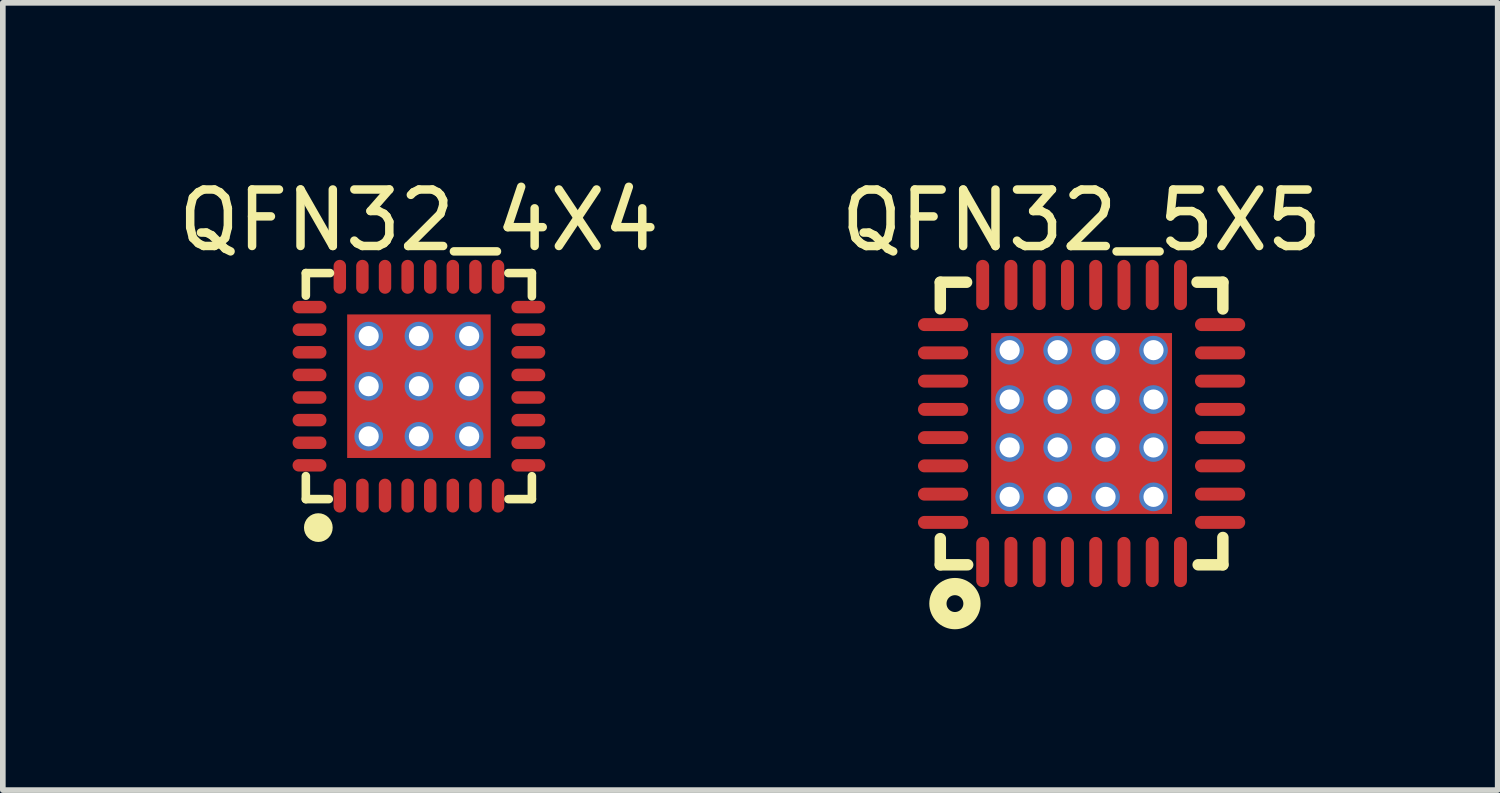
<source format=kicad_pcb>
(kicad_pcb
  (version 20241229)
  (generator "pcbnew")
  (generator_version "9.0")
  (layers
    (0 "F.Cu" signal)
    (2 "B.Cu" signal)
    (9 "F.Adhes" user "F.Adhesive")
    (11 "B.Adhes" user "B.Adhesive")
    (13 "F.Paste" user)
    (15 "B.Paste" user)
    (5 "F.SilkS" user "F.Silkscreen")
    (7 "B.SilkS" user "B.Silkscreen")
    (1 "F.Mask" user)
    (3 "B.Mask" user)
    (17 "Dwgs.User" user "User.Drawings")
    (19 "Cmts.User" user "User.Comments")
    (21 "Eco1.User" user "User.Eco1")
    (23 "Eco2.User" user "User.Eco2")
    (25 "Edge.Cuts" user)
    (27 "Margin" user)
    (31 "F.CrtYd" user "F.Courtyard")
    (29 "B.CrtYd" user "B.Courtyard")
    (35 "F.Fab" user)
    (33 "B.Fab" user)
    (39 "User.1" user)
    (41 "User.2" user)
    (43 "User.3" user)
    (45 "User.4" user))
  (footprint "QFN32_4X4"
    (layer "F.Cu")
    (at 4.363 3.784)
    (property "Reference" "QFN32_4X4" (at 0 -2.936 0) (layer "F.SilkS") (effects (font (size 1 1) (thickness 0.15))))
    (fp_line (start -2.001 -2.002) (end -1.574 -2.002) (stroke (width 0.152) (type solid)) (layer "F.SilkS"))
    (fp_line (start -2.001 -1.602) (end -2.001 -2.002) (stroke (width 0.152) (type solid)) (layer "F.SilkS"))
    (fp_line (start -2.001 1.998) (end -2.001 1.591) (stroke (width 0.152) (type solid)) (layer "F.SilkS"))
    (fp_line (start -2.001 1.998) (end -1.595 1.998) (stroke (width 0.152) (type solid)) (layer "F.SilkS"))
    (fp_line (start 1.583 -2.002) (end 1.999 -2.002) (stroke (width 0.152) (type solid)) (layer "F.SilkS"))
    (fp_line (start 1.585 1.998) (end 1.999 1.998) (stroke (width 0.152) (type solid)) (layer "F.SilkS"))
    (fp_line (start 1.999 -1.59) (end 1.999 -2.002) (stroke (width 0.152) (type solid)) (layer "F.SilkS"))
    (fp_line (start 1.999 1.998) (end 1.999 1.593) (stroke (width 0.152) (type solid)) (layer "F.SilkS"))
    (fp_circle (center -1.78 2.502) (end -1.78 2.375) (stroke (width 0.254) (type solid)) (fill no) (layer "F.SilkS"))
    (pad "0" thru_hole circle (at -0.889 -0.887 90) (size 0.508 0.508) (drill 0.356) (layers "*.Cu" "*.Mask"))
    (pad "0" thru_hole circle (at -0.889 0) (size 0.508 0.508) (drill 0.356) (layers "*.Cu"))
    (pad "0" thru_hole circle (at -0.889 0.887 90) (size 0.508 0.508) (drill 0.356) (layers "*.Cu" "*.Mask"))
    (pad "0" thru_hole circle (at 0 -0.887) (size 0.508 0.508) (drill 0.356) (layers "*.Cu"))
    (pad "0" thru_hole circle (at 0 0 90) (size 0.508 0.508) (drill 0.356) (layers "*.Cu" "*.Mask"))
    (pad "0" smd rect (at 0 0 90) (size 2.54 2.54) (layers "F.Cu" "F.Mask" "F.Paste"))
    (pad "0" thru_hole circle (at 0 0.887) (size 0.508 0.508) (drill 0.356) (layers "*.Cu"))
    (pad "0" thru_hole circle (at 0.889 -0.887 90) (size 0.508 0.508) (drill 0.356) (layers "*.Cu" "*.Mask"))
    (pad "0" thru_hole circle (at 0.889 0) (size 0.508 0.508) (drill 0.356) (layers "*.Cu"))
    (pad "0" thru_hole circle (at 0.889 0.887 90) (size 0.508 0.508) (drill 0.356) (layers "*.Cu" "*.Mask"))
    (pad "1" smd oval (at -1.4 1.936 90) (size 0.6 0.22) (layers "F.Cu" "F.Mask" "F.Paste"))
    (pad "2" smd oval (at -1 1.936 90) (size 0.6 0.22) (layers "F.Cu" "F.Mask" "F.Paste"))
    (pad "3" smd oval (at -0.6 1.936 90) (size 0.6 0.22) (layers "F.Cu" "F.Mask" "F.Paste"))
    (pad "4" smd oval (at -0.2 1.936 90) (size 0.6 0.22) (layers "F.Cu" "F.Mask" "F.Paste"))
    (pad "5" smd oval (at 0.2 1.936 90) (size 0.6 0.22) (layers "F.Cu" "F.Mask" "F.Paste"))
    (pad "6" smd oval (at 0.6 1.936 90) (size 0.6 0.22) (layers "F.Cu" "F.Mask" "F.Paste"))
    (pad "7" smd oval (at 1 1.936 90) (size 0.6 0.22) (layers "F.Cu" "F.Mask" "F.Paste"))
    (pad "8" smd oval (at 1.4 1.936 90) (size 0.6 0.22) (layers "F.Cu" "F.Mask" "F.Paste"))
    (pad "9" smd oval (at 1.936 1.4 180) (size 0.6 0.22) (layers "F.Cu" "F.Mask" "F.Paste"))
    (pad "10" smd oval (at 1.936 1 180) (size 0.6 0.22) (layers "F.Cu" "F.Mask" "F.Paste"))
    (pad "11" smd oval (at 1.936 0.6 180) (size 0.6 0.22) (layers "F.Cu" "F.Mask" "F.Paste"))
    (pad "12" smd oval (at 1.936 0.2 180) (size 0.6 0.22) (layers "F.Cu" "F.Mask" "F.Paste"))
    (pad "13" smd oval (at 1.936 -0.2 180) (size 0.6 0.22) (layers "F.Cu" "F.Mask" "F.Paste"))
    (pad "14" smd oval (at 1.936 -0.6 180) (size 0.6 0.22) (layers "F.Cu" "F.Mask" "F.Paste"))
    (pad "15" smd oval (at 1.936 -1 180) (size 0.6 0.22) (layers "F.Cu" "F.Mask" "F.Paste"))
    (pad "16" smd oval (at 1.936 -1.4 180) (size 0.6 0.22) (layers "F.Cu" "F.Mask" "F.Paste"))
    (pad "17" smd oval (at 1.4 -1.936 270) (size 0.6 0.22) (layers "F.Cu" "F.Mask" "F.Paste"))
    (pad "18" smd oval (at 1 -1.936 270) (size 0.6 0.22) (layers "F.Cu" "F.Mask" "F.Paste"))
    (pad "19" smd oval (at 0.6 -1.936 270) (size 0.6 0.22) (layers "F.Cu" "F.Mask" "F.Paste"))
    (pad "20" smd oval (at 0.2 -1.936 270) (size 0.6 0.22) (layers "F.Cu" "F.Mask" "F.Paste"))
    (pad "21" smd oval (at -0.2 -1.936 270) (size 0.6 0.22) (layers "F.Cu" "F.Mask" "F.Paste"))
    (pad "22" smd oval (at -0.6 -1.936 270) (size 0.6 0.22) (layers "F.Cu" "F.Mask" "F.Paste"))
    (pad "23" smd oval (at -1 -1.936 270) (size 0.6 0.22) (layers "F.Cu" "F.Mask" "F.Paste"))
    (pad "24" smd oval (at -1.4 -1.936 270) (size 0.6 0.22) (layers "F.Cu" "F.Mask" "F.Paste"))
    (pad "25" smd oval (at -1.936 -1.4) (size 0.6 0.22) (layers "F.Cu" "F.Mask" "F.Paste"))
    (pad "26" smd oval (at -1.936 -1) (size 0.6 0.22) (layers "F.Cu" "F.Mask" "F.Paste"))
    (pad "27" smd oval (at -1.936 -0.6) (size 0.6 0.22) (layers "F.Cu" "F.Mask" "F.Paste"))
    (pad "28" smd oval (at -1.936 -0.2) (size 0.6 0.22) (layers "F.Cu" "F.Mask" "F.Paste"))
    (pad "29" smd oval (at -1.936 0.2) (size 0.6 0.22) (layers "F.Cu" "F.Mask" "F.Paste"))
    (pad "30" smd oval (at -1.936 0.6) (size 0.6 0.22) (layers "F.Cu" "F.Mask" "F.Paste"))
    (pad "31" smd oval (at -1.936 1) (size 0.6 0.22) (layers "F.Cu" "F.Mask" "F.Paste"))
    (pad "32" smd oval (at -1.936 1.4) (size 0.6 0.22) (layers "F.Cu" "F.Mask" "F.Paste")))
  (footprint "QFN32_5X5"
    (layer "F.Cu")
    (at 16.089 4.444)
    (property "Reference" "QFN32_5X5" (at 0 -3.595 0) (layer "F.SilkS") (effects (font (size 1 1) (thickness 0.15))))
    (fp_line (start -2.5 -2.5) (end -2.035 -2.5) (stroke (width 0.203) (type solid)) (layer "F.SilkS"))
    (fp_line (start -2.5 -2.029) (end -2.5 -2.5) (stroke (width 0.203) (type solid)) (layer "F.SilkS"))
    (fp_line (start -2.5 2.5) (end -2.5 2.037) (stroke (width 0.203) (type solid)) (layer "F.SilkS"))
    (fp_line (start -2.5 2.5) (end -2.016 2.5) (stroke (width 0.203) (type solid)) (layer "F.SilkS"))
    (fp_line (start 2.043 -2.5) (end 2.5 -2.5) (stroke (width 0.203) (type solid)) (layer "F.SilkS"))
    (fp_line (start 2.063 2.5) (end 2.5 2.5) (stroke (width 0.203) (type solid)) (layer "F.SilkS"))
    (fp_line (start 2.5 -2.027) (end 2.5 -2.5) (stroke (width 0.203) (type solid)) (layer "F.SilkS"))
    (fp_line (start 2.5 2.5) (end 2.5 2.017) (stroke (width 0.203) (type solid)) (layer "F.SilkS"))
    (fp_circle (center -2.241 3.187) (end -2.241 3.038) (stroke (width 0.305) (type solid)) (fill no) (layer "F.SilkS"))
    (pad "0" thru_hole circle (at -1.273 -1.298 180) (size 0.508 0.508) (drill 0.356) (layers "*.Cu" "*.Mask"))
    (pad "0" thru_hole circle (at -1.273 -0.424) (size 0.508 0.508) (drill 0.356) (layers "*.Cu"))
    (pad "0" thru_hole circle (at -1.273 0.424) (size 0.508 0.508) (drill 0.356) (layers "*.Cu"))
    (pad "0" thru_hole circle (at -1.273 1.298 180) (size 0.508 0.508) (drill 0.356) (layers "*.Cu" "*.Mask"))
    (pad "0" thru_hole circle (at -0.424 -1.298) (size 0.508 0.508) (drill 0.356) (layers "*.Cu"))
    (pad "0" thru_hole circle (at -0.424 -0.424 180) (size 0.508 0.508) (drill 0.356) (layers "*.Cu" "*.Mask"))
    (pad "0" thru_hole circle (at -0.424 0.424 180) (size 0.508 0.508) (drill 0.356) (layers "*.Cu" "*.Mask"))
    (pad "0" thru_hole circle (at -0.424 1.298) (size 0.508 0.508) (drill 0.356) (layers "*.Cu"))
    (pad "0" smd rect (at -0.00001 0) (size 3.2 3.2) (layers "F.Cu" "F.Mask" "F.Paste"))
    (pad "0" thru_hole circle (at 0.424 -1.298) (size 0.508 0.508) (drill 0.356) (layers "*.Cu"))
    (pad "0" thru_hole circle (at 0.424 -0.424 180) (size 0.508 0.508) (drill 0.356) (layers "*.Cu" "*.Mask"))
    (pad "0" thru_hole circle (at 0.424 0.424 180) (size 0.508 0.508) (drill 0.356) (layers "*.Cu" "*.Mask"))
    (pad "0" thru_hole circle (at 0.424 1.298) (size 0.508 0.508) (drill 0.356) (layers "*.Cu"))
    (pad "0" thru_hole circle (at 1.273 -1.298 180) (size 0.508 0.508) (drill 0.356) (layers "*.Cu" "*.Mask"))
    (pad "0" thru_hole circle (at 1.273 -0.424) (size 0.508 0.508) (drill 0.356) (layers "*.Cu"))
    (pad "0" thru_hole circle (at 1.273 0.424) (size 0.508 0.508) (drill 0.356) (layers "*.Cu"))
    (pad "0" thru_hole circle (at 1.273 1.298 180) (size 0.508 0.508) (drill 0.356) (layers "*.Cu" "*.Mask"))
    (pad "1" smd oval (at -1.75 2.451) (size 0.229 0.889) (layers "F.Cu" "F.Mask" "F.Paste"))
    (pad "2" smd oval (at -1.25 2.451) (size 0.229 0.889) (layers "F.Cu" "F.Mask" "F.Paste"))
    (pad "3" smd oval (at -0.75 2.451) (size 0.229 0.889) (layers "F.Cu" "F.Mask" "F.Paste"))
    (pad "4" smd oval (at -0.25 2.451) (size 0.229 0.889) (layers "F.Cu" "F.Mask" "F.Paste"))
    (pad "5" smd oval (at 0.25 2.451) (size 0.229 0.889) (layers "F.Cu" "F.Mask" "F.Paste"))
    (pad "6" smd oval (at 0.75 2.451) (size 0.229 0.889) (layers "F.Cu" "F.Mask" "F.Paste"))
    (pad "7" smd oval (at 1.25 2.451) (size 0.229 0.889) (layers "F.Cu" "F.Mask" "F.Paste"))
    (pad "8" smd oval (at 1.75 2.451) (size 0.229 0.889) (layers "F.Cu" "F.Mask" "F.Paste"))
    (pad "9" smd oval (at 2.451 1.75 90) (size 0.229 0.889) (layers "F.Cu" "F.Mask" "F.Paste"))
    (pad "10" smd oval (at 2.451 1.25 90) (size 0.229 0.889) (layers "F.Cu" "F.Mask" "F.Paste"))
    (pad "11" smd oval (at 2.451 0.75 90) (size 0.229 0.889) (layers "F.Cu" "F.Mask" "F.Paste"))
    (pad "12" smd oval (at 2.451 0.25 90) (size 0.229 0.889) (layers "F.Cu" "F.Mask" "F.Paste"))
    (pad "13" smd oval (at 2.451 -0.25 90) (size 0.229 0.889) (layers "F.Cu" "F.Mask" "F.Paste"))
    (pad "14" smd oval (at 2.451 -0.75 90) (size 0.229 0.889) (layers "F.Cu" "F.Mask" "F.Paste"))
    (pad "15" smd oval (at 2.451 -1.25 90) (size 0.229 0.889) (layers "F.Cu" "F.Mask" "F.Paste"))
    (pad "16" smd oval (at 2.451 -1.75 90) (size 0.229 0.889) (layers "F.Cu" "F.Mask" "F.Paste"))
    (pad "17" smd oval (at 1.75 -2.451) (size 0.229 0.889) (layers "F.Cu" "F.Mask" "F.Paste"))
    (pad "18" smd oval (at 1.25 -2.451) (size 0.229 0.889) (layers "F.Cu" "F.Mask" "F.Paste"))
    (pad "19" smd oval (at 0.75 -2.451) (size 0.229 0.889) (layers "F.Cu" "F.Mask" "F.Paste"))
    (pad "20" smd oval (at 0.25 -2.451) (size 0.229 0.889) (layers "F.Cu" "F.Mask" "F.Paste"))
    (pad "21" smd oval (at -0.25 -2.451) (size 0.229 0.889) (layers "F.Cu" "F.Mask" "F.Paste"))
    (pad "22" smd oval (at -0.75 -2.451) (size 0.229 0.889) (layers "F.Cu" "F.Mask" "F.Paste"))
    (pad "23" smd oval (at -1.25 -2.451) (size 0.229 0.889) (layers "F.Cu" "F.Mask" "F.Paste"))
    (pad "24" smd oval (at -1.75 -2.451) (size 0.229 0.889) (layers "F.Cu" "F.Mask" "F.Paste"))
    (pad "25" smd oval (at -2.451 -1.75 90) (size 0.229 0.889) (layers "F.Cu" "F.Mask" "F.Paste"))
    (pad "26" smd oval (at -2.451 -1.25 90) (size 0.229 0.889) (layers "F.Cu" "F.Mask" "F.Paste"))
    (pad "27" smd oval (at -2.451 -0.75 90) (size 0.229 0.889) (layers "F.Cu" "F.Mask" "F.Paste"))
    (pad "28" smd oval (at -2.451 -0.25 90) (size 0.229 0.889) (layers "F.Cu" "F.Mask" "F.Paste"))
    (pad "29" smd oval (at -2.451 0.25 90) (size 0.229 0.889) (layers "F.Cu" "F.Mask" "F.Paste"))
    (pad "30" smd oval (at -2.451 0.75 90) (size 0.229 0.889) (layers "F.Cu" "F.Mask" "F.Paste"))
    (pad "31" smd oval (at -2.451 1.25 90) (size 0.229 0.889) (layers "F.Cu" "F.Mask" "F.Paste"))
    (pad "32" smd oval (at -2.451 1.75 90) (size 0.229 0.889) (layers "F.Cu" "F.Mask" "F.Paste")))
  (gr_rect
    (start -3 -3)
    (end 23.452 10.931)
    (stroke (width 0.1) (type default))
    (fill no)
    (layer "Edge.Cuts")))
</source>
